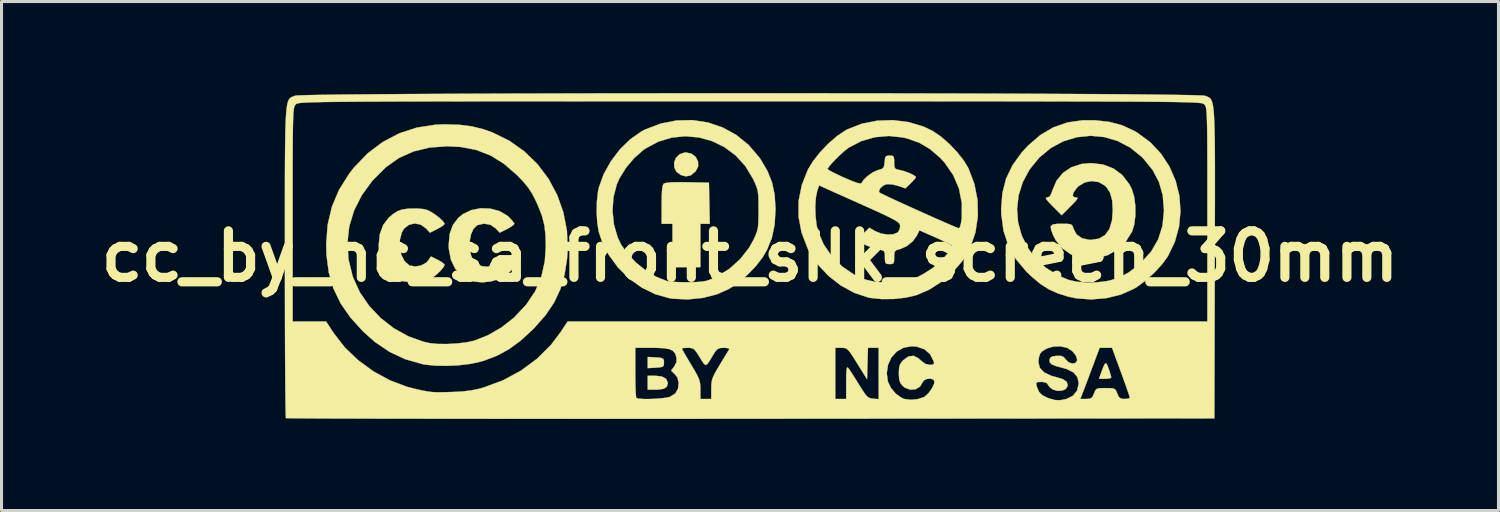
<source format=kicad_pcb>
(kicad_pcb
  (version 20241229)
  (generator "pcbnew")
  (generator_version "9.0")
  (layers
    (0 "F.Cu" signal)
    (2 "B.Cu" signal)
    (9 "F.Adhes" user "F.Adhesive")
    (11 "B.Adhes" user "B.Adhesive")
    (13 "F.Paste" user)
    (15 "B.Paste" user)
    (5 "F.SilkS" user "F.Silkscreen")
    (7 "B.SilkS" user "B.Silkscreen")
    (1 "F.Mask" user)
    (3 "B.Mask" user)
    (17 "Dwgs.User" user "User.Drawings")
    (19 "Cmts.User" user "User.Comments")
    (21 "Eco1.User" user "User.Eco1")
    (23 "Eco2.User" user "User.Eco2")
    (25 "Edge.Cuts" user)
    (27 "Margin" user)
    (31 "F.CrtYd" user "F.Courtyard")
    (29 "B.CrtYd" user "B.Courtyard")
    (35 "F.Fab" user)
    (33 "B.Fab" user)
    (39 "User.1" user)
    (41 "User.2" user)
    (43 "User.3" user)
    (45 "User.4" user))
  (footprint "cc_by_nc_sa_front_silk_screen_30mm"
    (layer "F.Cu")
    (at 21.525 5.349)
    (property "Reference" "cc_by_nc_sa_front_silk_screen_30mm" (at 0 0 0) (layer "F.SilkS") (effects (font (size 1.524 1.524) (thickness 0.3))))
    (attr through_hole)
    (fp_poly (pts (xy -3.086 3.312) (xy -2.931 3.324) (xy -2.852 3.349) (xy -2.823 3.401) (xy -2.819 3.48) (xy -2.825 3.569) (xy -2.86 3.616) (xy -2.948 3.637) (xy -3.086 3.648) (xy -3.353 3.663) (xy -3.353 3.297) (xy -3.086 3.312)) (stroke (width 0.01) (type solid)) (fill yes) (layer "F.SilkS"))
    (fp_poly (pts (xy -2.884 3.939) (xy -2.746 4.017) (xy -2.693 4.144) (xy -2.692 4.159) (xy -2.726 4.273) (xy -2.833 4.341) (xy -3.023 4.368) (xy -3.084 4.369) (xy -3.353 4.369) (xy -3.353 3.912) (xy -3.102 3.912) (xy -2.884 3.939)) (stroke (width 0.01) (type solid)) (fill yes) (layer "F.SilkS"))
    (fp_poly (pts (xy 11.713 3.577) (xy 11.753 3.685) (xy 11.801 3.834) (xy 11.831 3.941) (xy 11.836 3.971) (xy 11.791 3.998) (xy 11.679 4.012) (xy 11.635 4.013) (xy 11.435 4.013) (xy 11.507 3.809) (xy 11.578 3.618) (xy 11.629 3.519) (xy 11.671 3.507) (xy 11.713 3.577)) (stroke (width 0.01) (type solid)) (fill yes) (layer "F.SilkS"))
    (fp_poly (pts (xy -1.915 -3.363) (xy -1.78 -3.257) (xy -1.704 -3.11) (xy -1.699 -2.946) (xy -1.779 -2.789) (xy -1.786 -2.781) (xy -1.942 -2.653) (xy -2.103 -2.62) (xy -2.266 -2.664) (xy -2.411 -2.771) (xy -2.482 -2.917) (xy -2.486 -3.078) (xy -2.426 -3.228) (xy -2.31 -3.345) (xy -2.142 -3.401) (xy -2.098 -3.404) (xy -1.915 -3.363)) (stroke (width 0.01) (type solid)) (fill yes) (layer "F.SilkS"))
    (fp_poly (pts (xy -2.05 -2.427) (xy -1.346 -2.413) (xy -1.318 -1.067) (xy -1.626 -1.067) (xy -1.626 0.356) (xy -2.54 0.356) (xy -2.54 -1.067) (xy -2.896 -1.067) (xy -2.896 -1.696) (xy -2.892 -1.982) (xy -2.882 -2.181) (xy -2.863 -2.307) (xy -2.834 -2.374) (xy -2.825 -2.383) (xy -2.74 -2.41) (xy -2.561 -2.425) (xy -2.285 -2.43) (xy -2.05 -2.427)) (stroke (width 0.01) (type solid)) (fill yes) (layer "F.SilkS"))
    (fp_poly (pts (xy -8.512 -1.564) (xy -8.213 -1.484) (xy -7.959 -1.338) (xy -7.901 -1.287) (xy -7.797 -1.177) (xy -7.732 -1.091) (xy -7.722 -1.065) (xy -7.763 -1.018) (xy -7.87 -0.946) (xy -7.961 -0.896) (xy -8.201 -0.775) (xy -8.337 -0.921) (xy -8.508 -1.035) (xy -8.715 -1.071) (xy -8.922 -1.025) (xy -8.948 -1.012) (xy -9.063 -0.898) (xy -9.144 -0.715) (xy -9.187 -0.491) (xy -9.187 -0.254) (xy -9.14 -0.031) (xy -9.106 0.051) (xy -8.973 0.222) (xy -8.798 0.32) (xy -8.606 0.343) (xy -8.421 0.286) (xy -8.274 0.154) (xy -8.165 0.008) (xy -7.944 0.116) (xy -7.799 0.192) (xy -7.736 0.256) (xy -7.744 0.332) (xy -7.805 0.436) (xy -7.971 0.605) (xy -8.206 0.736) (xy -8.483 0.821) (xy -8.774 0.853) (xy -9.052 0.825) (xy -9.162 0.792) (xy -9.442 0.637) (xy -9.656 0.409) (xy -9.8 0.114) (xy -9.868 -0.238) (xy -9.873 -0.386) (xy -9.839 -0.74) (xy -9.736 -1.027) (xy -9.559 -1.26) (xy -9.406 -1.384) (xy -9.135 -1.515) (xy -8.828 -1.575) (xy -8.512 -1.564)) (stroke (width 0.01) (type solid)) (fill yes) (layer "F.SilkS"))
    (fp_poly (pts (xy -10.705 -1.549) (xy -10.59 -1.523) (xy -10.463 -1.463) (xy -10.316 -1.368) (xy -10.174 -1.257) (xy -10.063 -1.152) (xy -10.009 -1.073) (xy -10.008 -1.062) (xy -10.049 -1.016) (xy -10.156 -0.946) (xy -10.247 -0.896) (xy -10.487 -0.775) (xy -10.623 -0.921) (xy -10.795 -1.041) (xy -10.988 -1.077) (xy -11.176 -1.032) (xy -11.332 -0.911) (xy -11.409 -0.785) (xy -11.473 -0.54) (xy -11.476 -0.285) (xy -11.423 -0.044) (xy -11.322 0.155) (xy -11.176 0.288) (xy -11.157 0.298) (xy -10.976 0.334) (xy -10.779 0.3) (xy -10.609 0.207) (xy -10.537 0.128) (xy -10.457 0.005) (xy -10.232 0.114) (xy -10.102 0.188) (xy -10.021 0.254) (xy -10.008 0.28) (xy -10.045 0.358) (xy -10.14 0.47) (xy -10.268 0.592) (xy -10.404 0.698) (xy -10.485 0.747) (xy -10.672 0.809) (xy -10.913 0.842) (xy -11.164 0.844) (xy -11.382 0.814) (xy -11.436 0.797) (xy -11.733 0.644) (xy -11.95 0.436) (xy -12.091 0.167) (xy -12.159 -0.17) (xy -12.167 -0.357) (xy -12.131 -0.723) (xy -12.021 -1.025) (xy -11.833 -1.272) (xy -11.694 -1.388) (xy -11.549 -1.48) (xy -11.408 -1.532) (xy -11.226 -1.559) (xy -11.127 -1.566) (xy -10.908 -1.567) (xy -10.705 -1.549)) (stroke (width 0.01) (type solid)) (fill yes) (layer "F.SilkS"))
    (fp_poly (pts (xy 11.565 -3.009) (xy 11.909 -2.878) (xy 12.197 -2.663) (xy 12.426 -2.365) (xy 12.507 -2.21) (xy 12.586 -1.955) (xy 12.626 -1.647) (xy 12.626 -1.324) (xy 12.585 -1.025) (xy 12.517 -0.81) (xy 12.312 -0.481) (xy 12.041 -0.221) (xy 11.719 -0.038) (xy 11.359 0.061) (xy 10.975 0.069) (xy 10.83 0.047) (xy 10.512 -0.065) (xy 10.235 -0.261) (xy 10.018 -0.525) (xy 9.93 -0.698) (xy 9.864 -0.875) (xy 9.855 -0.985) (xy 9.915 -1.042) (xy 10.056 -1.064) (xy 10.203 -1.067) (xy 10.387 -1.065) (xy 10.495 -1.053) (xy 10.552 -1.02) (xy 10.583 -0.956) (xy 10.598 -0.907) (xy 10.7 -0.717) (xy 10.876 -0.593) (xy 11.117 -0.541) (xy 11.17 -0.539) (xy 11.432 -0.579) (xy 11.634 -0.698) (xy 11.777 -0.898) (xy 11.861 -1.18) (xy 11.886 -1.513) (xy 11.866 -1.834) (xy 11.799 -2.08) (xy 11.68 -2.266) (xy 11.627 -2.317) (xy 11.427 -2.433) (xy 11.197 -2.467) (xy 10.967 -2.421) (xy 10.763 -2.298) (xy 10.697 -2.23) (xy 10.594 -2.082) (xy 10.574 -1.982) (xy 10.638 -1.934) (xy 10.68 -1.93) (xy 10.727 -1.921) (xy 10.725 -1.885) (xy 10.666 -1.808) (xy 10.542 -1.679) (xy 10.502 -1.639) (xy 10.211 -1.347) (xy 9.919 -1.639) (xy 9.779 -1.784) (xy 9.706 -1.873) (xy 9.693 -1.918) (xy 9.733 -1.93) (xy 9.735 -1.93) (xy 9.811 -1.954) (xy 9.867 -2.04) (xy 9.906 -2.157) (xy 10.044 -2.48) (xy 10.256 -2.736) (xy 10.534 -2.921) (xy 10.869 -3.028) (xy 11.169 -3.054) (xy 11.565 -3.009)) (stroke (width 0.01) (type solid)) (fill yes) (layer "F.SilkS"))
    (fp_poly (pts (xy 11.317 -4.458) (xy 11.782 -4.404) (xy 12.19 -4.294) (xy 12.579 -4.116) (xy 12.689 -4.052) (xy 13.113 -3.74) (xy 13.466 -3.365) (xy 13.745 -2.939) (xy 13.946 -2.475) (xy 14.068 -1.984) (xy 14.105 -1.479) (xy 14.057 -0.971) (xy 13.92 -0.474) (xy 13.69 0.001) (xy 13.686 0.007) (xy 13.502 0.259) (xy 13.257 0.526) (xy 12.979 0.779) (xy 12.698 0.99) (xy 12.584 1.061) (xy 12.155 1.252) (xy 11.679 1.37) (xy 11.18 1.412) (xy 10.685 1.375) (xy 10.432 1.322) (xy 10.084 1.213) (xy 9.785 1.078) (xy 9.507 0.899) (xy 9.22 0.658) (xy 9.058 0.502) (xy 8.716 0.097) (xy 8.465 -0.349) (xy 8.305 -0.839) (xy 8.234 -1.377) (xy 8.23 -1.555) (xy 8.23 -1.556) (xy 8.75 -1.556) (xy 8.783 -1.119) (xy 8.897 -0.697) (xy 9.087 -0.3) (xy 9.353 0.061) (xy 9.692 0.374) (xy 10.1 0.629) (xy 10.439 0.772) (xy 10.697 0.831) (xy 11.015 0.858) (xy 11.353 0.853) (xy 11.675 0.815) (xy 11.813 0.785) (xy 12.117 0.683) (xy 12.396 0.535) (xy 12.679 0.324) (xy 12.824 0.197) (xy 13.146 -0.16) (xy 13.376 -0.559) (xy 13.515 -1.003) (xy 13.563 -1.493) (xy 13.563 -1.516) (xy 13.523 -2.001) (xy 13.401 -2.434) (xy 13.191 -2.83) (xy 12.887 -3.204) (xy 12.831 -3.26) (xy 12.457 -3.564) (xy 12.044 -3.78) (xy 11.606 -3.908) (xy 11.156 -3.95) (xy 10.705 -3.903) (xy 10.268 -3.77) (xy 9.857 -3.55) (xy 9.485 -3.242) (xy 9.474 -3.231) (xy 9.159 -2.845) (xy 8.936 -2.43) (xy 8.8 -1.997) (xy 8.75 -1.556) (xy 8.23 -1.556) (xy 8.269 -2.074) (xy 8.391 -2.548) (xy 8.602 -2.987) (xy 8.905 -3.405) (xy 9.116 -3.633) (xy 9.517 -3.978) (xy 9.943 -4.228) (xy 10.402 -4.387) (xy 10.906 -4.459) (xy 11.317 -4.458)) (stroke (width 0.01) (type solid)) (fill yes) (layer "F.SilkS"))
    (fp_poly (pts (xy -1.376 -4.385) (xy -0.893 -4.221) (xy -0.445 -3.974) (xy -0.042 -3.646) (xy 0.303 -3.242) (xy 0.349 -3.176) (xy 0.572 -2.795) (xy 0.721 -2.422) (xy 0.806 -2.024) (xy 0.835 -1.57) (xy 0.835 -1.524) (xy 0.806 -1.034) (xy 0.716 -0.606) (xy 0.558 -0.215) (xy 0.417 0.028) (xy 0.193 0.319) (xy -0.091 0.613) (xy -0.401 0.877) (xy -0.678 1.062) (xy -1.083 1.243) (xy -1.542 1.361) (xy -2.028 1.411) (xy -2.51 1.39) (xy -2.642 1.371) (xy -3.107 1.24) (xy -3.552 1.021) (xy -3.963 0.725) (xy -4.325 0.367) (xy -4.626 -0.043) (xy -4.853 -0.491) (xy -4.954 -0.798) (xy -5.004 -1.089) (xy -5.025 -1.434) (xy -5.024 -1.493) (xy -4.505 -1.493) (xy -4.459 -1.046) (xy -4.339 -0.626) (xy -4.222 -0.381) (xy -4.005 -0.074) (xy -3.722 0.218) (xy -3.4 0.474) (xy -3.062 0.676) (xy -2.734 0.804) (xy -2.712 0.81) (xy -2.577 0.83) (xy -2.372 0.843) (xy -2.132 0.849) (xy -1.978 0.848) (xy -1.73 0.841) (xy -1.55 0.826) (xy -1.407 0.797) (xy -1.267 0.746) (xy -1.097 0.667) (xy -1.061 0.649) (xy -0.673 0.407) (xy -0.322 0.089) (xy -0.032 -0.28) (xy 0.115 -0.543) (xy 0.184 -0.693) (xy 0.23 -0.817) (xy 0.259 -0.942) (xy 0.273 -1.094) (xy 0.279 -1.3) (xy 0.279 -1.524) (xy 0.278 -1.79) (xy 0.272 -1.982) (xy 0.255 -2.126) (xy 0.224 -2.25) (xy 0.172 -2.381) (xy 0.095 -2.545) (xy 0.095 -2.546) (xy -0.154 -2.958) (xy -0.468 -3.303) (xy -0.833 -3.576) (xy -1.237 -3.774) (xy -1.669 -3.895) (xy -2.115 -3.935) (xy -2.563 -3.891) (xy -3.002 -3.759) (xy -3.418 -3.537) (xy -3.505 -3.476) (xy -3.799 -3.216) (xy -4.065 -2.899) (xy -4.276 -2.56) (xy -4.365 -2.36) (xy -4.474 -1.94) (xy -4.505 -1.493) (xy -5.024 -1.493) (xy -5.018 -1.791) (xy -4.981 -2.117) (xy -4.952 -2.258) (xy -4.794 -2.694) (xy -4.559 -3.116) (xy -4.264 -3.504) (xy -3.924 -3.836) (xy -3.555 -4.094) (xy -3.441 -4.154) (xy -2.927 -4.35) (xy -2.404 -4.452) (xy -1.884 -4.463) (xy -1.376 -4.385)) (stroke (width 0.01) (type solid)) (fill yes) (layer "F.SilkS"))
    (fp_poly (pts (xy -9.529 -4.311) (xy -9.113 -4.258) (xy -8.724 -4.161) (xy -8.437 -4.058) (xy -7.883 -3.785) (xy -7.389 -3.434) (xy -6.96 -3.016) (xy -6.601 -2.539) (xy -6.318 -2.011) (xy -6.116 -1.442) (xy -5.999 -0.841) (xy -5.974 -0.216) (xy -5.994 0.072) (xy -6.078 0.607) (xy -6.215 1.079) (xy -6.417 1.51) (xy -6.693 1.92) (xy -7.055 2.332) (xy -7.135 2.413) (xy -7.522 2.768) (xy -7.898 3.043) (xy -8.287 3.254) (xy -8.715 3.418) (xy -8.839 3.455) (xy -9.162 3.524) (xy -9.543 3.569) (xy -9.945 3.589) (xy -10.331 3.581) (xy -10.665 3.545) (xy -10.726 3.533) (xy -11.293 3.372) (xy -11.812 3.13) (xy -12.296 2.802) (xy -12.676 2.464) (xy -13.094 2.003) (xy -13.417 1.537) (xy -13.651 1.051) (xy -13.802 0.531) (xy -13.877 -0.039) (xy -13.887 -0.406) (xy -13.884 -0.444) (xy -13.192 -0.444) (xy -13.155 0.104) (xy -13.019 0.657) (xy -13.005 0.696) (xy -12.784 1.179) (xy -12.478 1.625) (xy -12.102 2.022) (xy -11.67 2.358) (xy -11.195 2.621) (xy -10.692 2.8) (xy -10.49 2.845) (xy -10.24 2.87) (xy -9.932 2.873) (xy -9.603 2.855) (xy -9.295 2.819) (xy -9.047 2.767) (xy -9.042 2.765) (xy -8.589 2.587) (xy -8.144 2.33) (xy -7.738 2.012) (xy -7.722 1.997) (xy -7.333 1.583) (xy -7.04 1.146) (xy -6.839 0.676) (xy -6.724 0.163) (xy -6.692 -0.305) (xy -6.7 -0.693) (xy -6.739 -1.022) (xy -6.817 -1.329) (xy -6.943 -1.654) (xy -7.022 -1.826) (xy -7.141 -2.057) (xy -7.268 -2.252) (xy -7.427 -2.445) (xy -7.639 -2.665) (xy -8.062 -3.032) (xy -8.5 -3.304) (xy -8.969 -3.486) (xy -9.482 -3.584) (xy -9.922 -3.607) (xy -10.503 -3.564) (xy -11.03 -3.436) (xy -11.505 -3.222) (xy -11.929 -2.922) (xy -11.941 -2.911) (xy -12.377 -2.474) (xy -12.721 -2.002) (xy -12.973 -1.503) (xy -13.131 -0.981) (xy -13.192 -0.444) (xy -13.884 -0.444) (xy -13.839 -1.037) (xy -13.699 -1.628) (xy -13.464 -2.183) (xy -13.133 -2.709) (xy -12.976 -2.91) (xy -12.531 -3.372) (xy -12.038 -3.744) (xy -11.501 -4.027) (xy -10.923 -4.217) (xy -10.307 -4.313) (xy -10.008 -4.325) (xy -9.529 -4.311)) (stroke (width 0.01) (type solid)) (fill yes) (layer "F.SilkS"))
    (fp_poly (pts (xy 5.198 -4.398) (xy 5.683 -4.252) (xy 5.987 -4.107) (xy 6.251 -3.927) (xy 6.525 -3.688) (xy 6.786 -3.415) (xy 7.006 -3.137) (xy 7.154 -2.891) (xy 7.35 -2.38) (xy 7.454 -1.849) (xy 7.466 -1.312) (xy 7.386 -0.785) (xy 7.214 -0.283) (xy 7.181 -0.211) (xy 6.949 0.165) (xy 6.639 0.521) (xy 6.271 0.836) (xy 5.869 1.093) (xy 5.454 1.271) (xy 5.446 1.274) (xy 5.103 1.353) (xy 4.713 1.397) (xy 4.319 1.401) (xy 3.962 1.366) (xy 3.875 1.349) (xy 3.413 1.195) (xy 2.972 0.953) (xy 2.568 0.638) (xy 2.218 0.264) (xy 1.942 -0.154) (xy 1.888 -0.259) (xy 1.688 -0.781) (xy 1.59 -1.3) (xy 1.591 -1.627) (xy 2.138 -1.627) (xy 2.147 -1.318) (xy 2.182 -1.024) (xy 2.23 -0.817) (xy 2.414 -0.39) (xy 2.683 -0.001) (xy 3.02 0.334) (xy 3.412 0.6) (xy 3.794 0.766) (xy 4.104 0.835) (xy 4.462 0.861) (xy 4.83 0.845) (xy 5.175 0.789) (xy 5.459 0.695) (xy 5.676 0.58) (xy 5.904 0.438) (xy 6.026 0.351) (xy 6.184 0.216) (xy 6.338 0.063) (xy 6.472 -0.09) (xy 6.571 -0.224) (xy 6.621 -0.323) (xy 6.617 -0.361) (xy 6.558 -0.395) (xy 6.425 -0.46) (xy 6.241 -0.546) (xy 6.065 -0.625) (xy 5.55 -0.852) (xy 5.471 -0.685) (xy 5.334 -0.494) (xy 5.135 -0.334) (xy 4.915 -0.236) (xy 4.889 -0.23) (xy 4.787 -0.201) (xy 4.739 -0.148) (xy 4.725 -0.041) (xy 4.724 0.029) (xy 4.72 0.168) (xy 4.693 0.234) (xy 4.626 0.253) (xy 4.572 0.254) (xy 4.477 0.247) (xy 4.433 0.208) (xy 4.42 0.108) (xy 4.42 0.032) (xy 4.415 -0.107) (xy 4.383 -0.176) (xy 4.297 -0.209) (xy 4.207 -0.224) (xy 4.034 -0.27) (xy 3.836 -0.348) (xy 3.747 -0.393) (xy 3.5 -0.527) (xy 3.908 -0.935) (xy 4.107 -0.823) (xy 4.301 -0.746) (xy 4.509 -0.713) (xy 4.698 -0.724) (xy 4.836 -0.781) (xy 4.851 -0.794) (xy 4.909 -0.906) (xy 4.918 -1.009) (xy 4.906 -1.05) (xy 4.876 -1.093) (xy 4.817 -1.141) (xy 4.719 -1.201) (xy 4.571 -1.278) (xy 4.365 -1.377) (xy 4.089 -1.504) (xy 3.734 -1.664) (xy 3.581 -1.733) (xy 2.261 -2.324) (xy 2.201 -2.14) (xy 2.156 -1.914) (xy 2.138 -1.627) (xy 1.591 -1.627) (xy 1.593 -1.819) (xy 1.697 -2.337) (xy 1.888 -2.824) (xy 1.909 -2.86) (xy 2.54 -2.86) (xy 2.584 -2.825) (xy 2.703 -2.759) (xy 2.878 -2.673) (xy 3.086 -2.577) (xy 3.345 -2.467) (xy 3.521 -2.404) (xy 3.621 -2.384) (xy 3.652 -2.4) (xy 3.725 -2.511) (xy 3.857 -2.635) (xy 4.018 -2.747) (xy 4.172 -2.82) (xy 4.201 -2.828) (xy 4.324 -2.865) (xy 4.383 -2.922) (xy 4.405 -3.034) (xy 4.41 -3.088) (xy 4.426 -3.223) (xy 4.462 -3.285) (xy 4.539 -3.301) (xy 4.575 -3.302) (xy 4.668 -3.295) (xy 4.711 -3.255) (xy 4.724 -3.153) (xy 4.724 -3.08) (xy 4.73 -2.941) (xy 4.761 -2.872) (xy 4.839 -2.84) (xy 4.9 -2.83) (xy 5.044 -2.794) (xy 5.199 -2.738) (xy 5.335 -2.675) (xy 5.421 -2.619) (xy 5.436 -2.595) (xy 5.402 -2.542) (xy 5.317 -2.447) (xy 5.264 -2.393) (xy 5.092 -2.227) (xy 4.849 -2.31) (xy 4.661 -2.356) (xy 4.498 -2.365) (xy 4.462 -2.36) (xy 4.35 -2.309) (xy 4.263 -2.224) (xy 4.225 -2.137) (xy 4.24 -2.091) (xy 4.295 -2.061) (xy 4.428 -1.996) (xy 4.624 -1.903) (xy 4.87 -1.79) (xy 5.149 -1.662) (xy 5.448 -1.527) (xy 5.751 -1.391) (xy 6.044 -1.26) (xy 6.312 -1.142) (xy 6.54 -1.042) (xy 6.714 -0.968) (xy 6.819 -0.926) (xy 6.841 -0.919) (xy 6.88 -0.964) (xy 6.915 -1.097) (xy 6.937 -1.25) (xy 6.94 -1.745) (xy 6.847 -2.219) (xy 6.658 -2.662) (xy 6.379 -3.067) (xy 6.235 -3.223) (xy 5.897 -3.515) (xy 5.544 -3.723) (xy 5.145 -3.863) (xy 5.01 -3.895) (xy 4.552 -3.944) (xy 4.09 -3.903) (xy 3.647 -3.776) (xy 3.247 -3.569) (xy 3.226 -3.555) (xy 3.103 -3.46) (xy 2.958 -3.33) (xy 2.81 -3.186) (xy 2.677 -3.046) (xy 2.581 -2.932) (xy 2.54 -2.863) (xy 2.54 -2.86) (xy 1.909 -2.86) (xy 2.058 -3.108) (xy 2.291 -3.405) (xy 2.565 -3.692) (xy 2.852 -3.942) (xy 3.13 -4.129) (xy 3.187 -4.16) (xy 3.66 -4.344) (xy 4.166 -4.444) (xy 4.685 -4.462) (xy 5.198 -4.398)) (stroke (width 0.01) (type solid)) (fill yes) (layer "F.SilkS"))
    (fp_poly (pts (xy 1.391 -5.343) (xy 2.454 -5.342) (xy 3.505 -5.341) (xy 4.54 -5.34) (xy 5.554 -5.338) (xy 6.543 -5.336) (xy 7.5 -5.333) (xy 8.421 -5.33) (xy 9.302 -5.326) (xy 10.137 -5.322) (xy 10.921 -5.318) (xy 11.65 -5.314) (xy 12.319 -5.309) (xy 12.922 -5.303) (xy 13.456 -5.297) (xy 13.914 -5.291) (xy 14.292 -5.285) (xy 14.585 -5.278) (xy 14.789 -5.271) (xy 14.897 -5.263) (xy 14.913 -5.26) (xy 14.966 -5.239) (xy 15.012 -5.22) (xy 15.053 -5.196) (xy 15.089 -5.163) (xy 15.119 -5.113) (xy 15.146 -5.041) (xy 15.168 -4.941) (xy 15.186 -4.808) (xy 15.201 -4.635) (xy 15.212 -4.417) (xy 15.221 -4.148) (xy 15.227 -3.822) (xy 15.231 -3.434) (xy 15.233 -2.977) (xy 15.233 -2.445) (xy 15.233 -1.833) (xy 15.231 -1.136) (xy 15.229 -0.346) (xy 15.228 0.24) (xy 15.215 5.309) (xy 0.021 5.321) (xy -1.215 5.322) (xy -2.425 5.323) (xy -3.604 5.323) (xy -4.749 5.324) (xy -5.857 5.324) (xy -6.922 5.323) (xy -7.941 5.323) (xy -8.91 5.322) (xy -9.825 5.322) (xy -10.682 5.32) (xy -11.478 5.319) (xy -12.208 5.318) (xy -12.868 5.316) (xy -13.454 5.314) (xy -13.963 5.313) (xy -14.39 5.31) (xy -14.732 5.308) (xy -14.985 5.306) (xy -15.144 5.303) (xy -15.205 5.3) (xy -15.206 5.3) (xy -15.211 5.246) (xy -15.215 5.097) (xy -15.22 4.859) (xy -15.224 4.541) (xy -15.227 4.149) (xy -15.231 3.69) (xy -15.234 3.17) (xy -15.236 2.596) (xy -15.238 1.976) (xy -15.239 1.316) (xy -15.24 0.623) (xy -15.24 0.192) (xy -15.24 -0.659) (xy -15.24 -1.372) (xy -14.986 -1.372) (xy -14.986 2.134) (xy -13.891 2.134) (xy -13.638 2.52) (xy -13.279 2.983) (xy -12.841 3.402) (xy -12.343 3.766) (xy -11.802 4.061) (xy -11.237 4.275) (xy -10.998 4.337) (xy -10.764 4.39) (xy -10.584 4.425) (xy -10.43 4.445) (xy -10.269 4.454) (xy -10.072 4.453) (xy -9.806 4.446) (xy -9.779 4.446) (xy -9.436 4.429) (xy -9.155 4.396) (xy -8.894 4.343) (xy -8.723 4.296) (xy -8.089 4.061) (xy -7.505 3.745) (xy -6.979 3.356) (xy -6.619 2.997) (xy -3.759 2.997) (xy -3.759 3.802) (xy -3.757 4.078) (xy -3.752 4.317) (xy -3.743 4.502) (xy -3.732 4.615) (xy -3.725 4.64) (xy -3.651 4.662) (xy -3.503 4.674) (xy -3.309 4.675) (xy -3.095 4.667) (xy -2.89 4.651) (xy -2.719 4.628) (xy -2.619 4.602) (xy -2.449 4.494) (xy -2.359 4.336) (xy -2.337 4.152) (xy -2.381 3.965) (xy -2.461 3.864) (xy -2.585 3.747) (xy -2.481 3.606) (xy -2.407 3.462) (xy -2.412 3.308) (xy -2.453 3.183) (xy -2.525 3.096) (xy -2.644 3.04) (xy -2.763 3.02) (xy -2.235 3.02) (xy -2.21 3.07) (xy -2.143 3.189) (xy -2.044 3.358) (xy -1.93 3.548) (xy -1.798 3.771) (xy -1.711 3.933) (xy -1.659 4.059) (xy -1.634 4.174) (xy -1.626 4.303) (xy -1.626 4.363) (xy -1.626 4.674) (xy -1.27 4.674) (xy -1.27 4.345) (xy -1.267 4.193) (xy -1.25 4.07) (xy -1.21 3.95) (xy -1.138 3.805) (xy -1.024 3.609) (xy -0.985 3.545) (xy -0.867 3.349) (xy -0.768 3.186) (xy -0.7 3.074) (xy -0.677 3.035) (xy -0.707 3.012) (xy -0.81 2.998) (xy -0.862 2.997) (xy 2.794 2.997) (xy 2.794 4.674) (xy 3.15 4.674) (xy 3.15 4.13) (xy 3.153 3.877) (xy 3.163 3.717) (xy 3.181 3.643) (xy 3.205 3.642) (xy 3.253 3.706) (xy 3.34 3.837) (xy 3.453 4.013) (xy 3.552 4.173) (xy 3.683 4.382) (xy 3.777 4.52) (xy 3.85 4.602) (xy 3.918 4.643) (xy 3.996 4.661) (xy 4.03 4.664) (xy 4.216 4.68) (xy 4.216 3.832) (xy 4.481 3.832) (xy 4.517 4.1) (xy 4.615 4.31) (xy 4.776 4.501) (xy 4.968 4.638) (xy 5.053 4.673) (xy 5.256 4.7) (xy 5.482 4.681) (xy 5.68 4.62) (xy 5.73 4.592) (xy 5.847 4.484) (xy 5.955 4.336) (xy 6.028 4.186) (xy 6.035 4.151) (xy 9.377 4.151) (xy 9.389 4.235) (xy 9.401 4.277) (xy 9.469 4.441) (xy 9.577 4.552) (xy 9.753 4.638) (xy 9.784 4.649) (xy 9.986 4.708) (xy 10.158 4.716) (xy 10.358 4.676) (xy 10.366 4.674) (xy 10.822 4.674) (xy 11.014 4.674) (xy 11.146 4.663) (xy 11.218 4.612) (xy 11.271 4.496) (xy 11.31 4.399) (xy 11.357 4.346) (xy 11.44 4.323) (xy 11.588 4.318) (xy 11.652 4.318) (xy 11.825 4.32) (xy 11.926 4.336) (xy 11.981 4.378) (xy 12.02 4.46) (xy 12.033 4.496) (xy 12.089 4.615) (xy 12.164 4.665) (xy 12.271 4.674) (xy 12.388 4.664) (xy 12.446 4.64) (xy 12.447 4.636) (xy 12.431 4.577) (xy 12.385 4.441) (xy 12.316 4.242) (xy 12.228 3.997) (xy 12.155 3.798) (xy 11.862 2.998) (xy 11.659 2.998) (xy 11.455 2.998) (xy 11.232 3.595) (xy 11.136 3.85) (xy 11.044 4.096) (xy 10.966 4.302) (xy 10.916 4.432) (xy 10.822 4.674) (xy 10.366 4.674) (xy 10.374 4.672) (xy 10.582 4.567) (xy 10.717 4.397) (xy 10.769 4.175) (xy 10.77 4.156) (xy 10.727 3.958) (xy 10.599 3.804) (xy 10.381 3.694) (xy 10.246 3.655) (xy 10.026 3.597) (xy 9.891 3.542) (xy 9.825 3.479) (xy 9.813 3.399) (xy 9.814 3.387) (xy 9.843 3.314) (xy 9.923 3.276) (xy 10.043 3.261) (xy 10.189 3.261) (xy 10.278 3.299) (xy 10.341 3.375) (xy 10.439 3.471) (xy 10.554 3.512) (xy 10.656 3.497) (xy 10.714 3.425) (xy 10.719 3.388) (xy 10.675 3.247) (xy 10.562 3.108) (xy 10.407 3.005) (xy 10.38 2.994) (xy 10.164 2.948) (xy 9.935 2.958) (xy 9.725 3.018) (xy 9.563 3.119) (xy 9.501 3.198) (xy 9.465 3.316) (xy 9.449 3.467) (xy 9.449 3.472) (xy 9.496 3.655) (xy 9.638 3.803) (xy 9.87 3.914) (xy 10.021 3.955) (xy 10.24 4.02) (xy 10.366 4.1) (xy 10.409 4.202) (xy 10.405 4.251) (xy 10.342 4.35) (xy 10.22 4.401) (xy 10.071 4.406) (xy 9.924 4.365) (xy 9.811 4.279) (xy 9.78 4.228) (xy 9.717 4.148) (xy 9.604 4.117) (xy 9.542 4.115) (xy 9.42 4.119) (xy 9.377 4.151) (xy 6.035 4.151) (xy 6.045 4.102) (xy 6.005 4.035) (xy 5.909 4.007) (xy 5.794 4.017) (xy 5.699 4.064) (xy 5.664 4.114) (xy 5.57 4.269) (xy 5.422 4.356) (xy 5.248 4.369) (xy 5.075 4.304) (xy 5.001 4.244) (xy 4.926 4.148) (xy 4.888 4.033) (xy 4.877 3.861) (xy 4.877 3.834) (xy 4.884 3.656) (xy 4.916 3.539) (xy 4.987 3.439) (xy 5.025 3.4) (xy 5.194 3.279) (xy 5.359 3.259) (xy 5.521 3.341) (xy 5.588 3.404) (xy 5.74 3.523) (xy 5.891 3.556) (xy 6 3.547) (xy 6.031 3.507) (xy 6.018 3.442) (xy 5.901 3.207) (xy 5.715 3.045) (xy 5.465 2.96) (xy 5.298 2.946) (xy 5.032 2.993) (xy 4.807 3.12) (xy 4.633 3.313) (xy 4.521 3.556) (xy 4.481 3.832) (xy 4.216 3.832) (xy 4.216 2.997) (xy 3.864 2.997) (xy 3.835 4.028) (xy 3.515 3.513) (xy 3.378 3.295) (xy 3.281 3.149) (xy 3.208 3.061) (xy 3.144 3.016) (xy 3.076 2.999) (xy 2.994 2.997) (xy 2.794 2.997) (xy -0.862 2.997) (xy -0.988 3.005) (xy -1.072 3.043) (xy -1.148 3.133) (xy -1.208 3.23) (xy -1.322 3.421) (xy -1.399 3.53) (xy -1.457 3.56) (xy -1.516 3.515) (xy -1.594 3.397) (xy -1.647 3.309) (xy -1.749 3.147) (xy -1.824 3.053) (xy -1.897 3.01) (xy -1.99 2.998) (xy -2.036 2.997) (xy -2.162 3.002) (xy -2.231 3.015) (xy -2.235 3.02) (xy -2.763 3.02) (xy -2.825 3.01) (xy -3.085 2.998) (xy -3.212 2.997) (xy -3.759 2.997) (xy -6.619 2.997) (xy -6.522 2.901) (xy -6.201 2.476) (xy -5.975 2.134) (xy 14.986 2.134) (xy 14.986 -1.372) (xy 14.986 -2.053) (xy 14.986 -2.641) (xy 14.985 -3.141) (xy 14.983 -3.561) (xy 14.981 -3.909) (xy 14.978 -4.192) (xy 14.973 -4.417) (xy 14.967 -4.591) (xy 14.959 -4.721) (xy 14.949 -4.815) (xy 14.937 -4.881) (xy 14.923 -4.925) (xy 14.906 -4.954) (xy 14.887 -4.976) (xy 14.884 -4.978) (xy 14.874 -4.988) (xy 14.86 -4.998) (xy 14.839 -5.006) (xy 14.808 -5.014) (xy 14.764 -5.022) (xy 14.702 -5.029) (xy 14.62 -5.035) (xy 14.514 -5.041) (xy 14.38 -5.046) (xy 14.216 -5.051) (xy 14.017 -5.055) (xy 13.78 -5.059) (xy 13.502 -5.062) (xy 13.179 -5.065) (xy 12.808 -5.068) (xy 12.385 -5.07) (xy 11.907 -5.072) (xy 11.37 -5.074) (xy 10.772 -5.075) (xy 10.107 -5.077) (xy 9.374 -5.078) (xy 8.568 -5.078) (xy 7.687 -5.079) (xy 6.725 -5.079) (xy 5.681 -5.08) (xy 4.551 -5.08) (xy 3.331 -5.08) (xy 2.018 -5.08) (xy 0.608 -5.08) (xy -0.000001 -5.08) (xy -1.451 -5.08) (xy -2.803 -5.08) (xy -4.061 -5.08) (xy -5.228 -5.08) (xy -6.307 -5.079) (xy -7.302 -5.079) (xy -8.216 -5.079) (xy -9.052 -5.078) (xy -9.815 -5.077) (xy -10.507 -5.076) (xy -11.132 -5.075) (xy -11.694 -5.073) (xy -12.196 -5.071) (xy -12.641 -5.069) (xy -13.033 -5.066) (xy -13.375 -5.063) (xy -13.671 -5.06) (xy -13.924 -5.057) (xy -14.138 -5.052) (xy -14.317 -5.048) (xy -14.462 -5.043) (xy -14.579 -5.037) (xy -14.671 -5.031) (xy -14.741 -5.025) (xy -14.792 -5.017) (xy -14.828 -5.01) (xy -14.852 -5.001) (xy -14.868 -4.992) (xy -14.88 -4.983) (xy -14.884 -4.978) (xy -14.904 -4.956) (xy -14.921 -4.928) (xy -14.936 -4.886) (xy -14.948 -4.823) (xy -14.958 -4.732) (xy -14.966 -4.606) (xy -14.972 -4.437) (xy -14.977 -4.218) (xy -14.981 -3.941) (xy -14.983 -3.6) (xy -14.985 -3.188) (xy -14.986 -2.696) (xy -14.986 -2.118) (xy -14.986 -1.446) (xy -14.986 -1.372) (xy -15.24 -1.372) (xy -15.24 -1.414) (xy -15.24 -2.079) (xy -15.239 -2.661) (xy -15.237 -3.164) (xy -15.233 -3.594) (xy -15.228 -3.958) (xy -15.22 -4.262) (xy -15.21 -4.511) (xy -15.197 -4.71) (xy -15.181 -4.867) (xy -15.161 -4.986) (xy -15.138 -5.074) (xy -15.11 -5.136) (xy -15.077 -5.179) (xy -15.04 -5.207) (xy -14.997 -5.228) (xy -14.948 -5.246) (xy -14.908 -5.262) (xy -14.839 -5.27) (xy -14.673 -5.277) (xy -14.415 -5.284) (xy -14.071 -5.291) (xy -13.644 -5.297) (xy -13.141 -5.303) (xy -12.565 -5.308) (xy -11.922 -5.313) (xy -11.217 -5.318) (xy -10.454 -5.322) (xy -9.639 -5.326) (xy -8.776 -5.33) (xy -7.871 -5.333) (xy -6.927 -5.335) (xy -5.951 -5.338) (xy -4.947 -5.34) (xy -3.92 -5.341) (xy -2.874 -5.342) (xy -1.815 -5.343) (xy -0.748 -5.344) (xy 0.322 -5.344) (xy 1.391 -5.343)) (stroke (width 0.01) (type solid)) (fill yes) (layer "F.SilkS")))
  (gr_rect
    (start -3 -3)
    (end 46.049 13.677)
    (stroke (width 0.1) (type default))
    (fill no)
    (layer "Edge.Cuts")))
</source>
